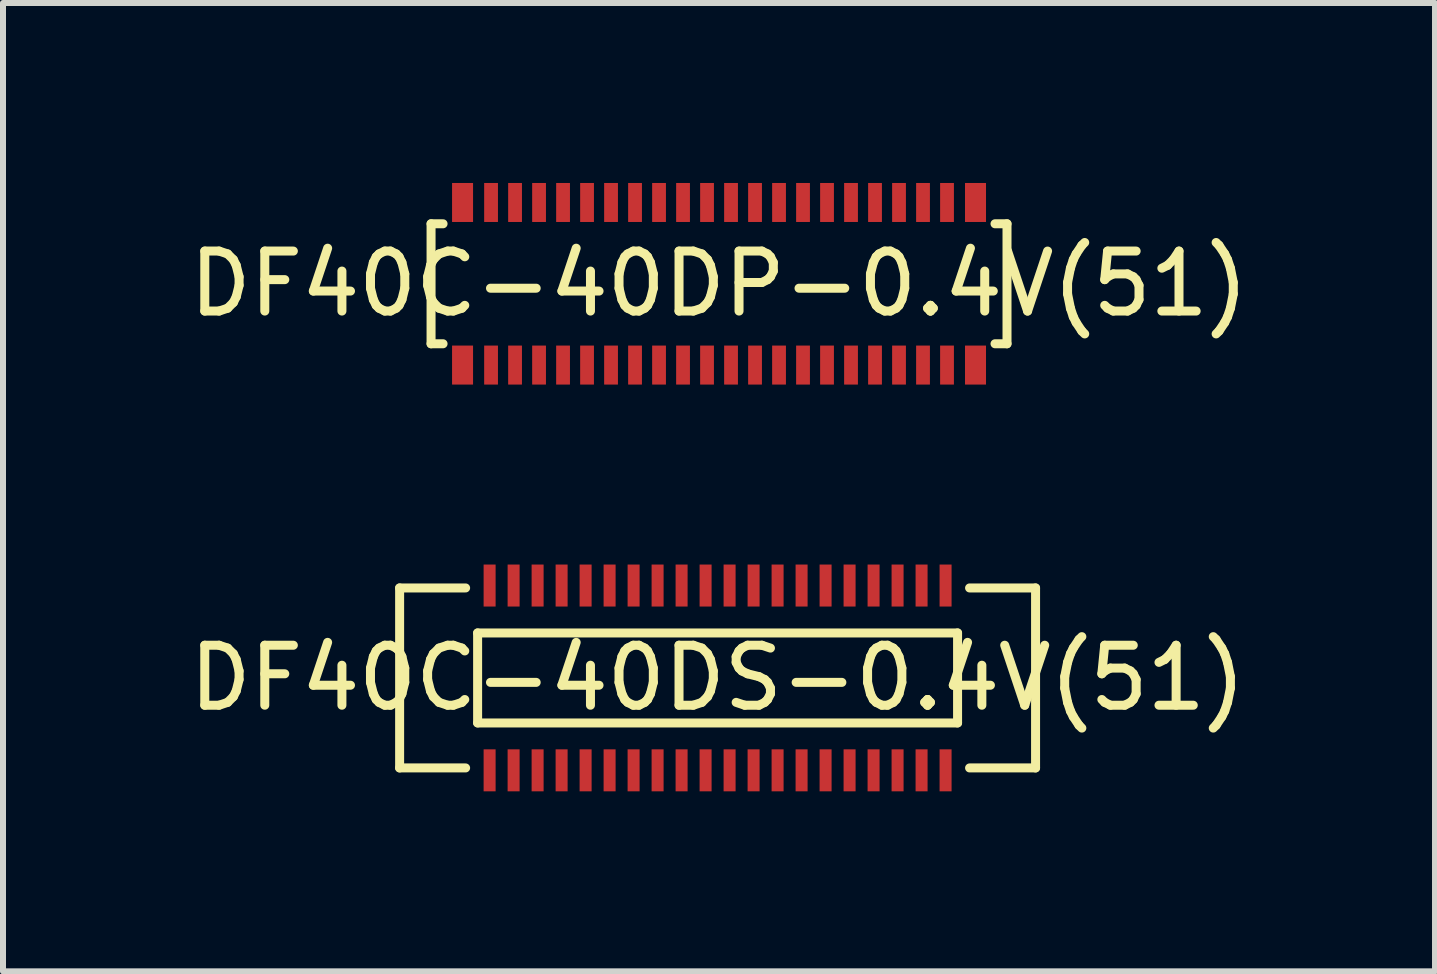
<source format=kicad_pcb>
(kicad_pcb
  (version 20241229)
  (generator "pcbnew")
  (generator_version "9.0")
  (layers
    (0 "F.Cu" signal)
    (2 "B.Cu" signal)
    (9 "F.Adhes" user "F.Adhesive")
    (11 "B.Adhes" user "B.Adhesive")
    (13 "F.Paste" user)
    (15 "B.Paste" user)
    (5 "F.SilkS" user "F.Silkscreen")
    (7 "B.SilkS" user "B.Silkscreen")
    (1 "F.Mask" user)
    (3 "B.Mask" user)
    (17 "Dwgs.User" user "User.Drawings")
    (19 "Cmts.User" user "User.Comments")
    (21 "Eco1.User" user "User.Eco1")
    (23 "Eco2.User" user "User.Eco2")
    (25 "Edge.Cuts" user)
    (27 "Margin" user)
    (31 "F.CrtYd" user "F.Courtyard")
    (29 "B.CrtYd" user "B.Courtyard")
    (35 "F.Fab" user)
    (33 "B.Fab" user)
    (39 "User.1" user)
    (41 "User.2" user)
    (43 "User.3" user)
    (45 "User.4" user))
  (footprint "DF40C-40DP-0.4V(51)"
    (layer "F.Cu")
    (at 8.935 1.68)
    (property "Reference" "DF40C-40DP-0.4V(51)" (at 0 0 0) (layer "F.SilkS") (effects (font (size 1 1) (thickness 0.15))))
    (attr through_hole)
    (fp_line (start -4.8 -1) (end -4.8 1) (stroke (width 0.15) (type solid)) (layer "F.SilkS"))
    (fp_line (start -4.8 1) (end -4.6 1) (stroke (width 0.15) (type solid)) (layer "F.SilkS"))
    (fp_line (start -4.6 -1) (end -4.8 -1) (stroke (width 0.15) (type solid)) (layer "F.SilkS"))
    (fp_line (start 4.6 -1) (end 4.8 -1) (stroke (width 0.15) (type solid)) (layer "F.SilkS"))
    (fp_line (start 4.8 -1) (end 4.8 1) (stroke (width 0.15) (type solid)) (layer "F.SilkS"))
    (fp_line (start 4.8 1) (end 4.6 1) (stroke (width 0.15) (type solid)) (layer "F.SilkS"))
    (pad "1" smd rect (at -3.8 -1.355) (size 0.23 0.65) (layers "F.Cu" "F.Mask" "F.Paste"))
    (pad "2" smd rect (at -3.8 1.355) (size 0.23 0.65) (layers "F.Cu" "F.Mask" "F.Paste"))
    (pad "3" smd rect (at -3.4 -1.355) (size 0.23 0.65) (layers "F.Cu" "F.Mask" "F.Paste"))
    (pad "4" smd rect (at -3.4 1.355) (size 0.23 0.65) (layers "F.Cu" "F.Mask" "F.Paste"))
    (pad "5" smd rect (at -3 -1.355) (size 0.23 0.65) (layers "F.Cu" "F.Mask" "F.Paste"))
    (pad "6" smd rect (at -3 1.355) (size 0.23 0.65) (layers "F.Cu" "F.Mask" "F.Paste"))
    (pad "7" smd rect (at -2.6 -1.355) (size 0.23 0.65) (layers "F.Cu" "F.Mask" "F.Paste"))
    (pad "8" smd rect (at -2.6 1.355) (size 0.23 0.65) (layers "F.Cu" "F.Mask" "F.Paste"))
    (pad "9" smd rect (at -2.2 -1.355) (size 0.23 0.65) (layers "F.Cu" "F.Mask" "F.Paste"))
    (pad "10" smd rect (at -2.2 1.355) (size 0.23 0.65) (layers "F.Cu" "F.Mask" "F.Paste"))
    (pad "11" smd rect (at -1.8 -1.355) (size 0.23 0.65) (layers "F.Cu" "F.Mask" "F.Paste"))
    (pad "12" smd rect (at -1.8 1.355) (size 0.23 0.65) (layers "F.Cu" "F.Mask" "F.Paste"))
    (pad "13" smd rect (at -1.4 -1.355) (size 0.23 0.65) (layers "F.Cu" "F.Mask" "F.Paste"))
    (pad "14" smd rect (at -1.4 1.355) (size 0.23 0.65) (layers "F.Cu" "F.Mask" "F.Paste"))
    (pad "15" smd rect (at -1 -1.355) (size 0.23 0.65) (layers "F.Cu" "F.Mask" "F.Paste"))
    (pad "16" smd rect (at -1 1.355) (size 0.23 0.65) (layers "F.Cu" "F.Mask" "F.Paste"))
    (pad "17" smd rect (at -0.6 -1.355) (size 0.23 0.65) (layers "F.Cu" "F.Mask" "F.Paste"))
    (pad "18" smd rect (at -0.6 1.355) (size 0.23 0.65) (layers "F.Cu" "F.Mask" "F.Paste"))
    (pad "19" smd rect (at -0.2 -1.355) (size 0.23 0.65) (layers "F.Cu" "F.Mask" "F.Paste"))
    (pad "20" smd rect (at -0.2 1.355) (size 0.23 0.65) (layers "F.Cu" "F.Mask" "F.Paste"))
    (pad "21" smd rect (at 0.2 -1.355) (size 0.23 0.65) (layers "F.Cu" "F.Mask" "F.Paste"))
    (pad "22" smd rect (at 0.2 1.355) (size 0.23 0.65) (layers "F.Cu" "F.Mask" "F.Paste"))
    (pad "23" smd rect (at 0.6 -1.355) (size 0.23 0.65) (layers "F.Cu" "F.Mask" "F.Paste"))
    (pad "24" smd rect (at 0.6 1.355) (size 0.23 0.65) (layers "F.Cu" "F.Mask" "F.Paste"))
    (pad "25" smd rect (at 1 -1.355) (size 0.23 0.65) (layers "F.Cu" "F.Mask" "F.Paste"))
    (pad "26" smd rect (at 1 1.355) (size 0.23 0.65) (layers "F.Cu" "F.Mask" "F.Paste"))
    (pad "27" smd rect (at 1.4 -1.355) (size 0.23 0.65) (layers "F.Cu" "F.Mask" "F.Paste"))
    (pad "28" smd rect (at 1.4 1.355) (size 0.23 0.65) (layers "F.Cu" "F.Mask" "F.Paste"))
    (pad "29" smd rect (at 1.8 -1.355) (size 0.23 0.65) (layers "F.Cu" "F.Mask" "F.Paste"))
    (pad "30" smd rect (at 1.8 1.355) (size 0.23 0.65) (layers "F.Cu" "F.Mask" "F.Paste"))
    (pad "31" smd rect (at 2.2 -1.355) (size 0.23 0.65) (layers "F.Cu" "F.Mask" "F.Paste"))
    (pad "32" smd rect (at 2.2 1.355) (size 0.23 0.65) (layers "F.Cu" "F.Mask" "F.Paste"))
    (pad "33" smd rect (at 2.6 -1.355) (size 0.23 0.65) (layers "F.Cu" "F.Mask" "F.Paste"))
    (pad "34" smd rect (at 2.6 1.355) (size 0.23 0.65) (layers "F.Cu" "F.Mask" "F.Paste"))
    (pad "35" smd rect (at 3 -1.355) (size 0.23 0.65) (layers "F.Cu" "F.Mask" "F.Paste"))
    (pad "36" smd rect (at 3 1.355) (size 0.23 0.65) (layers "F.Cu" "F.Mask" "F.Paste"))
    (pad "37" smd rect (at 3.4 -1.355) (size 0.23 0.65) (layers "F.Cu" "F.Mask" "F.Paste"))
    (pad "38" smd rect (at 3.4 1.355) (size 0.23 0.65) (layers "F.Cu" "F.Mask" "F.Paste"))
    (pad "39" smd rect (at 3.8 -1.355) (size 0.23 0.65) (layers "F.Cu" "F.Mask" "F.Paste"))
    (pad "40" smd rect (at 3.8 1.355) (size 0.23 0.65) (layers "F.Cu" "F.Mask" "F.Paste"))
    (pad "fix" smd rect (at -4.275 -1.355) (size 0.35 0.65) (layers "F.Cu" "F.Mask" "F.Paste"))
    (pad "fix" smd rect (at -4.275 1.355) (size 0.35 0.65) (layers "F.Cu" "F.Mask" "F.Paste"))
    (pad "fix" smd rect (at 4.275 -1.355) (size 0.35 0.65) (layers "F.Cu" "F.Mask" "F.Paste"))
    (pad "fix" smd rect (at 4.275 1.355) (size 0.35 0.65) (layers "F.Cu" "F.Mask" "F.Paste")))
  (footprint "DF40C-40DS-0.4V(51)"
    (layer "F.Cu")
    (at 8.911 8.25)
    (property "Reference" "DF40C-40DS-0.4V(51)" (at 0 0 0) (layer "F.SilkS") (effects (font (size 1 1) (thickness 0.15))))
    (attr through_hole)
    (fp_line (start -5.3 -1.5) (end -5.3 1.5) (stroke (width 0.15) (type solid)) (layer "F.SilkS"))
    (fp_line (start -5.3 1.5) (end -4.2 1.5) (stroke (width 0.15) (type solid)) (layer "F.SilkS"))
    (fp_line (start -4.2 -1.5) (end -5.3 -1.5) (stroke (width 0.15) (type solid)) (layer "F.SilkS"))
    (fp_line (start -4 -0.75) (end 4 -0.75) (stroke (width 0.15) (type solid)) (layer "F.SilkS"))
    (fp_line (start -4 0.75) (end -4 -0.75) (stroke (width 0.15) (type solid)) (layer "F.SilkS"))
    (fp_line (start -4 0.75) (end 4 0.75) (stroke (width 0.15) (type solid)) (layer "F.SilkS"))
    (fp_line (start 4 -0.75) (end 4 0.75) (stroke (width 0.15) (type solid)) (layer "F.SilkS"))
    (fp_line (start 4.2 -1.5) (end 5.3 -1.5) (stroke (width 0.15) (type solid)) (layer "F.SilkS"))
    (fp_line (start 5.3 -1.5) (end 5.3 1.5) (stroke (width 0.15) (type solid)) (layer "F.SilkS"))
    (fp_line (start 5.3 1.5) (end 4.2 1.5) (stroke (width 0.15) (type solid)) (layer "F.SilkS"))
    (pad "1" smd rect (at -3.8 1.54) (size 0.2 0.7) (layers "F.Cu" "F.Mask" "F.Paste"))
    (pad "2" smd rect (at -3.8 -1.54) (size 0.2 0.7) (layers "F.Cu" "F.Mask" "F.Paste"))
    (pad "3" smd rect (at -3.4 1.54) (size 0.2 0.7) (layers "F.Cu" "F.Mask" "F.Paste"))
    (pad "4" smd rect (at -3.4 -1.54) (size 0.2 0.7) (layers "F.Cu" "F.Mask" "F.Paste"))
    (pad "5" smd rect (at -3 1.54) (size 0.2 0.7) (layers "F.Cu" "F.Mask" "F.Paste"))
    (pad "6" smd rect (at -3 -1.54) (size 0.2 0.7) (layers "F.Cu" "F.Mask" "F.Paste"))
    (pad "7" smd rect (at -2.6 1.54) (size 0.2 0.7) (layers "F.Cu" "F.Mask" "F.Paste"))
    (pad "8" smd rect (at -2.6 -1.54) (size 0.2 0.7) (layers "F.Cu" "F.Mask" "F.Paste"))
    (pad "9" smd rect (at -2.2 1.54) (size 0.2 0.7) (layers "F.Cu" "F.Mask" "F.Paste"))
    (pad "10" smd rect (at -2.2 -1.54) (size 0.2 0.7) (layers "F.Cu" "F.Mask" "F.Paste"))
    (pad "11" smd rect (at -1.8 1.54) (size 0.2 0.7) (layers "F.Cu" "F.Mask" "F.Paste"))
    (pad "12" smd rect (at -1.8 -1.54) (size 0.2 0.7) (layers "F.Cu" "F.Mask" "F.Paste"))
    (pad "13" smd rect (at -1.4 1.54) (size 0.2 0.7) (layers "F.Cu" "F.Mask" "F.Paste"))
    (pad "14" smd rect (at -1.4 -1.54) (size 0.2 0.7) (layers "F.Cu" "F.Mask" "F.Paste"))
    (pad "15" smd rect (at -1 1.54) (size 0.2 0.7) (layers "F.Cu" "F.Mask" "F.Paste"))
    (pad "16" smd rect (at -1 -1.54) (size 0.2 0.7) (layers "F.Cu" "F.Mask" "F.Paste"))
    (pad "17" smd rect (at -0.6 1.54) (size 0.2 0.7) (layers "F.Cu" "F.Mask" "F.Paste"))
    (pad "18" smd rect (at -0.6 -1.54) (size 0.2 0.7) (layers "F.Cu" "F.Mask" "F.Paste"))
    (pad "19" smd rect (at -0.2 1.54) (size 0.2 0.7) (layers "F.Cu" "F.Mask" "F.Paste"))
    (pad "20" smd rect (at -0.2 -1.54) (size 0.2 0.7) (layers "F.Cu" "F.Mask" "F.Paste"))
    (pad "21" smd rect (at 0.2 1.54) (size 0.2 0.7) (layers "F.Cu" "F.Mask" "F.Paste"))
    (pad "22" smd rect (at 0.2 -1.54) (size 0.2 0.7) (layers "F.Cu" "F.Mask" "F.Paste"))
    (pad "23" smd rect (at 0.6 1.54) (size 0.2 0.7) (layers "F.Cu" "F.Mask" "F.Paste"))
    (pad "24" smd rect (at 0.6 -1.54) (size 0.2 0.7) (layers "F.Cu" "F.Mask" "F.Paste"))
    (pad "25" smd rect (at 1 1.54) (size 0.2 0.7) (layers "F.Cu" "F.Mask" "F.Paste"))
    (pad "26" smd rect (at 1 -1.54) (size 0.2 0.7) (layers "F.Cu" "F.Mask" "F.Paste"))
    (pad "27" smd rect (at 1.4 1.54) (size 0.2 0.7) (layers "F.Cu" "F.Mask" "F.Paste"))
    (pad "28" smd rect (at 1.4 -1.54) (size 0.2 0.7) (layers "F.Cu" "F.Mask" "F.Paste"))
    (pad "29" smd rect (at 1.8 1.54) (size 0.2 0.7) (layers "F.Cu" "F.Mask" "F.Paste"))
    (pad "30" smd rect (at 1.8 -1.54) (size 0.2 0.7) (layers "F.Cu" "F.Mask" "F.Paste"))
    (pad "31" smd rect (at 2.2 1.54) (size 0.2 0.7) (layers "F.Cu" "F.Mask" "F.Paste"))
    (pad "32" smd rect (at 2.2 -1.54) (size 0.2 0.7) (layers "F.Cu" "F.Mask" "F.Paste"))
    (pad "33" smd rect (at 2.6 1.54) (size 0.2 0.7) (layers "F.Cu" "F.Mask" "F.Paste"))
    (pad "34" smd rect (at 2.6 -1.54) (size 0.2 0.7) (layers "F.Cu" "F.Mask" "F.Paste"))
    (pad "35" smd rect (at 3 1.54) (size 0.2 0.7) (layers "F.Cu" "F.Mask" "F.Paste"))
    (pad "36" smd rect (at 3 -1.54) (size 0.2 0.7) (layers "F.Cu" "F.Mask" "F.Paste"))
    (pad "37" smd rect (at 3.4 1.54) (size 0.2 0.7) (layers "F.Cu" "F.Mask" "F.Paste"))
    (pad "38" smd rect (at 3.4 -1.54) (size 0.2 0.7) (layers "F.Cu" "F.Mask" "F.Paste"))
    (pad "39" smd rect (at 3.8 1.54) (size 0.2 0.7) (layers "F.Cu" "F.Mask" "F.Paste"))
    (pad "40" smd rect (at 3.8 -1.54) (size 0.2 0.7) (layers "F.Cu" "F.Mask" "F.Paste")))
  (gr_rect
    (start -3 -3)
    (end 20.869 13.14)
    (stroke (width 0.1) (type default))
    (fill no)
    (layer "Edge.Cuts")))
</source>
